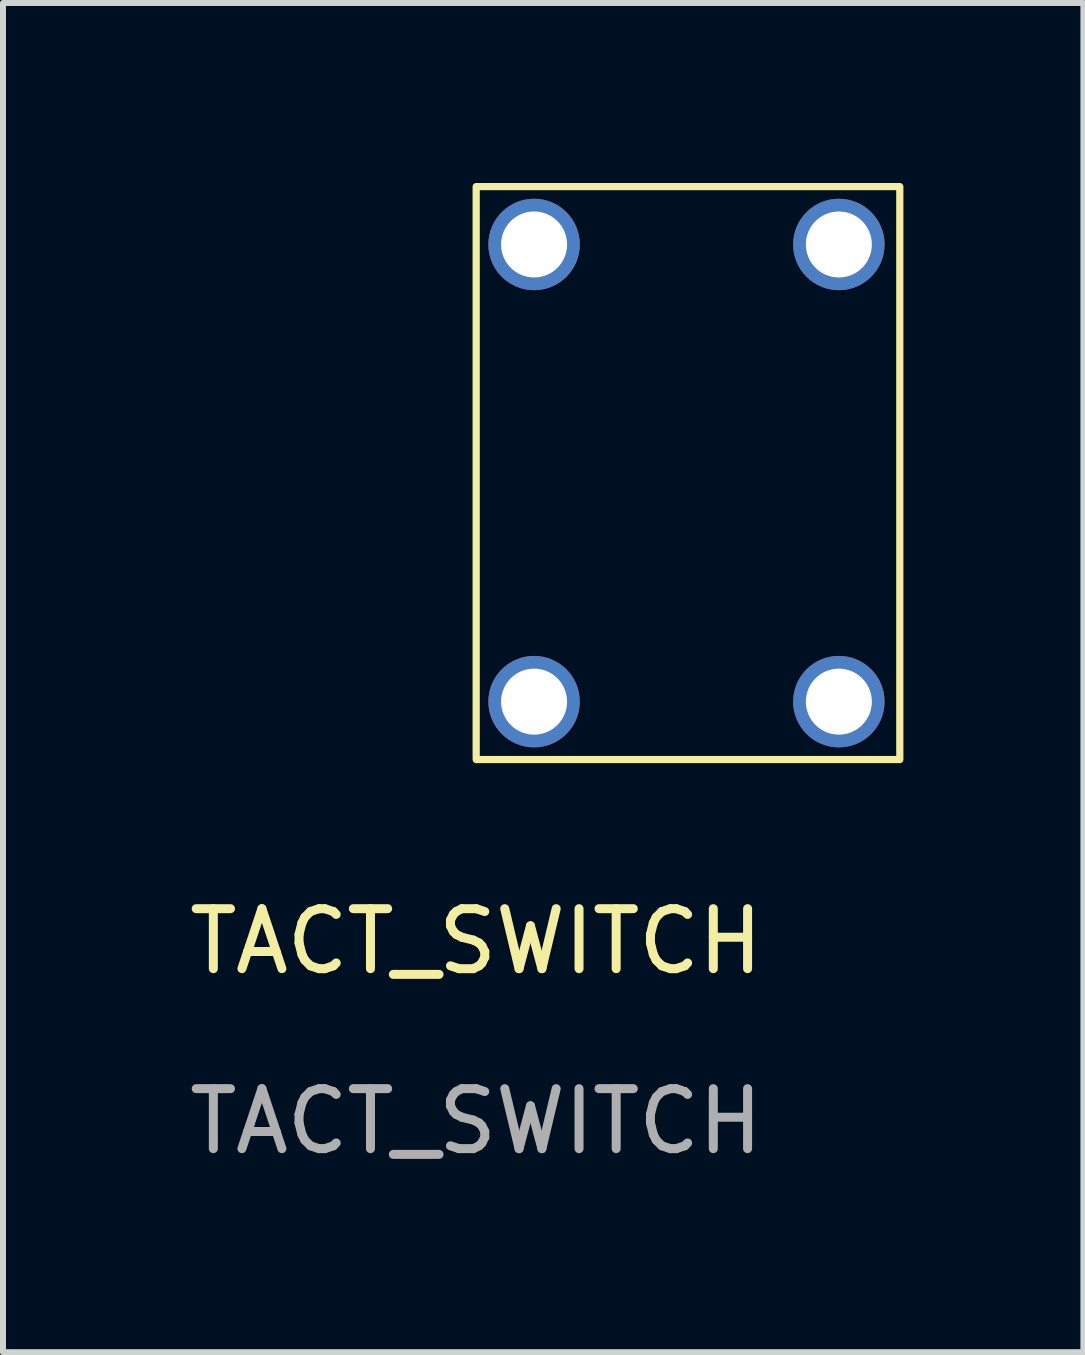
<source format=kicad_pcb>
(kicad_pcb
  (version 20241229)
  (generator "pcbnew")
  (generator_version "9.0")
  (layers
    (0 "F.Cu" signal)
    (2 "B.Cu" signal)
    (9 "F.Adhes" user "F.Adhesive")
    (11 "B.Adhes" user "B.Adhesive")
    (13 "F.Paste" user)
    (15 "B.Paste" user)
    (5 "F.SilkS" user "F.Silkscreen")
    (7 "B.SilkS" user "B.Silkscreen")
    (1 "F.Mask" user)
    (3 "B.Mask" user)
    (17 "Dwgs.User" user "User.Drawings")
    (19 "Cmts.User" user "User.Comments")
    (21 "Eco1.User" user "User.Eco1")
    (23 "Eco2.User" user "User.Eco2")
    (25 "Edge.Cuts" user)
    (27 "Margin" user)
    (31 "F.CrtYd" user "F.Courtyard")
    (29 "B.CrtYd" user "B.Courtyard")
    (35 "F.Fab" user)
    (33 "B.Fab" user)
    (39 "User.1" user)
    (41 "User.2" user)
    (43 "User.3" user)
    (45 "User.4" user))
  (footprint "TACT_SWITCH"
    (layer "F.Cu")
    (at 4.887 13.141)
    (property "Reference" "TACT_SWITCH" (at 0 -0.5 0) (unlocked yes) (layer "F.SilkS") (effects (font (size 1 1) (thickness 0.15))))
    (attr through_hole)
    (fp_rect (start 7.061 -13.081) (end 0 -3.531) (stroke (width 0.12) (type solid)) (fill no) (layer "F.SilkS"))
    (fp_text user "${REFERENCE}" (at 0 2.5 0) (unlocked yes) (layer "F.Fab") (effects (font (size 1 1) (thickness 0.15))))
    (pad "" thru_hole circle (at 0.965 -12.116 270) (size 1.524 1.524) (drill 1.1) (layers "*.Cu" "*.Mask"))
    (pad "" thru_hole circle (at 6.045 -12.116 270) (size 1.524 1.524) (drill 1.1) (layers "*.Cu" "*.Mask"))
    (pad "1" thru_hole circle (at 6.045 -4.496 270) (size 1.524 1.524) (drill 1.1) (layers "*.Cu" "*.Mask"))
    (pad "2" thru_hole circle (at 0.965 -4.496 270) (size 1.524 1.524) (drill 1.1) (layers "*.Cu" "*.Mask")))
  (gr_rect
    (start -3 -3)
    (end 15.008 19.489)
    (stroke (width 0.1) (type default))
    (fill no)
    (layer "Edge.Cuts")))
</source>
